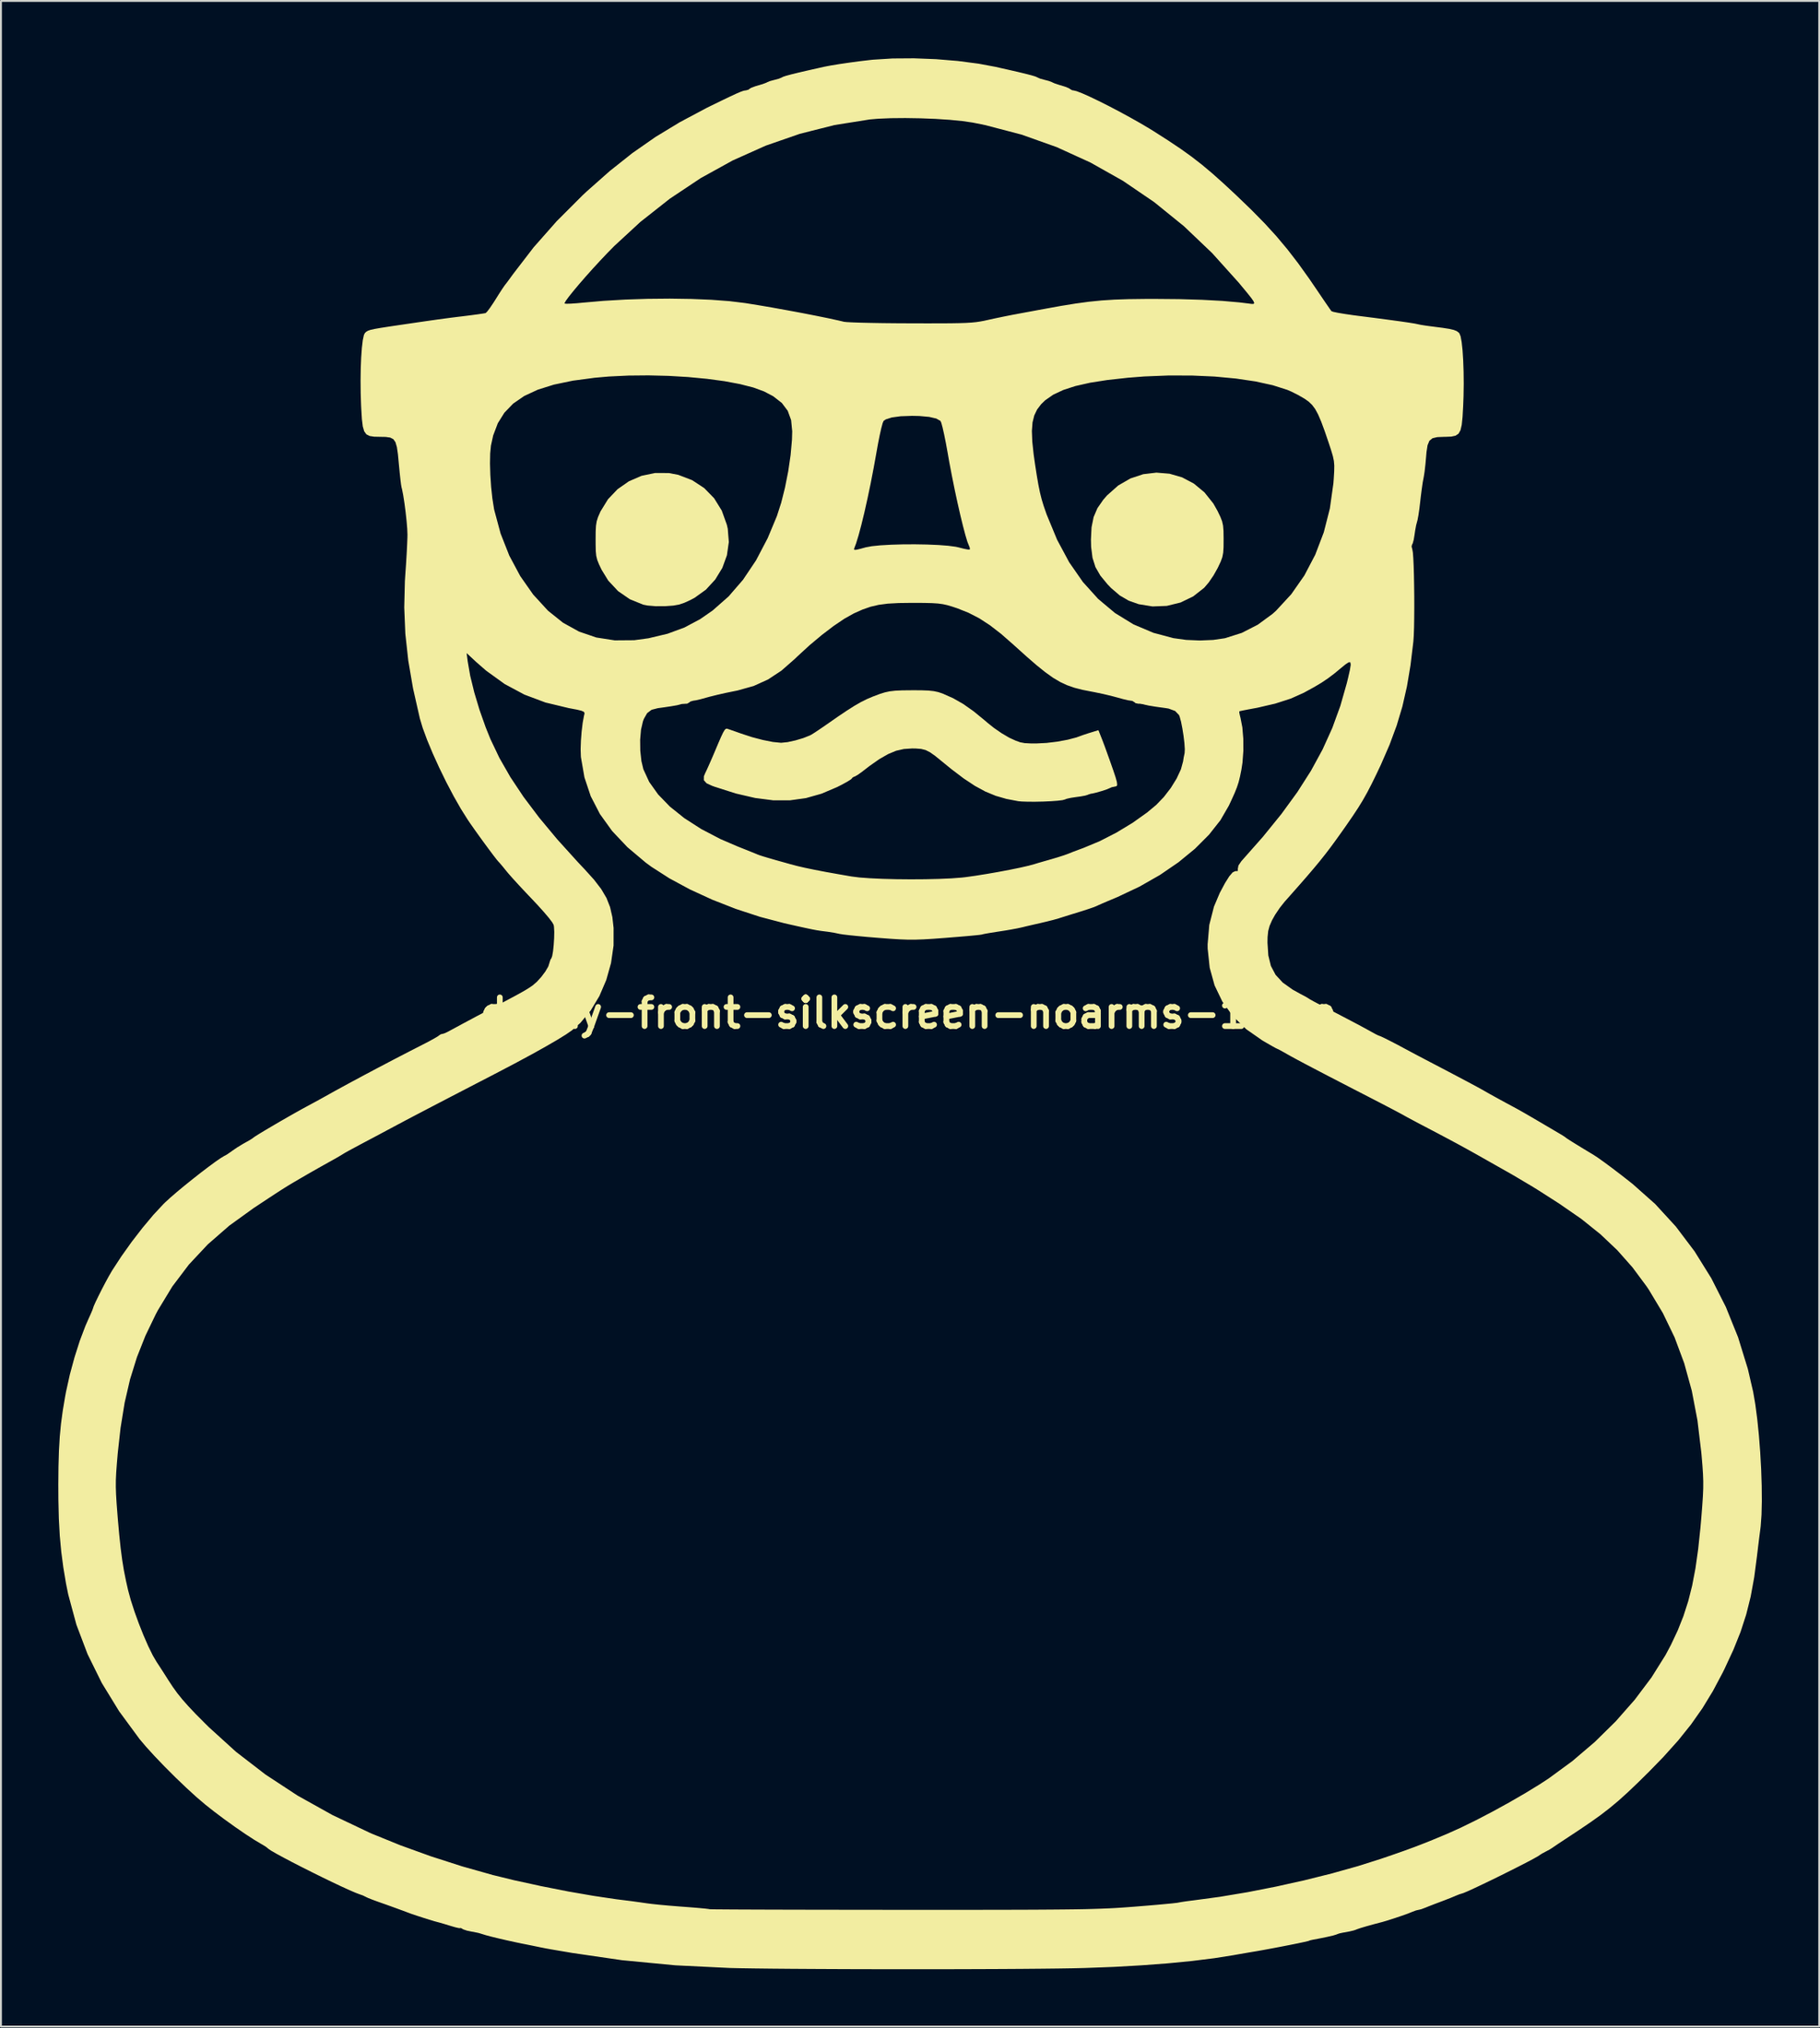
<source format=kicad_pcb>
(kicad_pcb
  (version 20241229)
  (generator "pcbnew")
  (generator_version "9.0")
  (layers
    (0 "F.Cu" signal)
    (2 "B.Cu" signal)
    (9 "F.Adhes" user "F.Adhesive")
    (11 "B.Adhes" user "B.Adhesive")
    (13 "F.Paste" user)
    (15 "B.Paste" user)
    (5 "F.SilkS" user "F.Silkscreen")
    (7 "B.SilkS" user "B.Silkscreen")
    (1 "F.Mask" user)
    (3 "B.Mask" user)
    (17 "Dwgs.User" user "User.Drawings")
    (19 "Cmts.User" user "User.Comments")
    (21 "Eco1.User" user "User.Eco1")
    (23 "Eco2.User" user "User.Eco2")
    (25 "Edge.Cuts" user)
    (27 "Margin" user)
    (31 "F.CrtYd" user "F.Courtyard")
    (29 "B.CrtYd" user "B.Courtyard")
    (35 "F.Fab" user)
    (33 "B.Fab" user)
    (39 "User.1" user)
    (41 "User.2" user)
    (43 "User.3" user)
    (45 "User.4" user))
  (footprint "ducky-front-silkscreen-noarms-10cm"
    (layer "F.Cu")
    (at 44.487 49.939)
    (property "Reference" "ducky-front-silkscreen-noarms-10cm" (at 0 0 0) (layer "F.SilkS") (effects (font (size 1.5 1.5) (thickness 0.3))))
    (attr board_only exclude_from_pos_files exclude_from_bom)
    (fp_poly (pts (xy -12.559 -28.248) (xy -12.062 -28.154) (xy -11.333 -27.874) (xy -10.703 -27.461) (xy -10.183 -26.928) (xy -9.784 -26.284) (xy -9.517 -25.542) (xy -9.47 -25.336) (xy -9.414 -24.639) (xy -9.513 -23.948) (xy -9.754 -23.285) (xy -10.125 -22.677) (xy -10.613 -22.147) (xy -11.206 -21.721) (xy -11.389 -21.623) (xy -11.732 -21.464) (xy -12.016 -21.367) (xy -12.315 -21.314) (xy -12.701 -21.286) (xy -12.758 -21.284) (xy -13.24 -21.282) (xy -13.657 -21.316) (xy -13.891 -21.362) (xy -14.592 -21.646) (xy -15.208 -22.071) (xy -15.721 -22.621) (xy -16.066 -23.183) (xy -16.205 -23.473) (xy -16.296 -23.7) (xy -16.349 -23.915) (xy -16.375 -24.17) (xy -16.382 -24.516) (xy -16.383 -24.761) (xy -16.38 -25.185) (xy -16.363 -25.49) (xy -16.325 -25.726) (xy -16.257 -25.941) (xy -16.15 -26.186) (xy -16.122 -26.247) (xy -15.734 -26.877) (xy -15.232 -27.404) (xy -14.64 -27.816) (xy -13.981 -28.101) (xy -13.279 -28.249)) (stroke (width 0) (type solid)) (fill yes) (layer "F.SilkS"))
    (fp_poly (pts (xy 13.637 -28.212) (xy 14.297 -28.02) (xy 14.912 -27.694) (xy 15.463 -27.238) (xy 15.929 -26.654) (xy 16.148 -26.267) (xy 16.294 -25.963) (xy 16.387 -25.724) (xy 16.438 -25.496) (xy 16.461 -25.221) (xy 16.467 -24.843) (xy 16.467 -24.767) (xy 16.464 -24.367) (xy 16.445 -24.08) (xy 16.4 -23.849) (xy 16.316 -23.617) (xy 16.181 -23.329) (xy 16.149 -23.265) (xy 15.936 -22.887) (xy 15.687 -22.523) (xy 15.451 -22.246) (xy 15.451 -22.246) (xy 14.875 -21.794) (xy 14.214 -21.475) (xy 13.497 -21.298) (xy 12.75 -21.269) (xy 12.025 -21.387) (xy 11.499 -21.573) (xy 11.035 -21.844) (xy 10.584 -22.23) (xy 10.392 -22.43) (xy 10.018 -22.884) (xy 9.762 -23.33) (xy 9.608 -23.815) (xy 9.537 -24.385) (xy 9.527 -24.765) (xy 9.559 -25.411) (xy 9.667 -25.944) (xy 9.867 -26.41) (xy 10.175 -26.854) (xy 10.372 -27.079) (xy 10.953 -27.595) (xy 11.59 -27.963) (xy 12.263 -28.187) (xy 12.952 -28.269)) (stroke (width 0) (type solid)) (fill yes) (layer "F.SilkS"))
    (fp_poly (pts (xy 0.664 -16.884) (xy 1.03 -16.87) (xy 1.308 -16.84) (xy 1.538 -16.79) (xy 1.76 -16.716) (xy 1.783 -16.707) (xy 2.321 -16.468) (xy 2.843 -16.17) (xy 3.386 -15.788) (xy 3.986 -15.297) (xy 4.106 -15.193) (xy 4.458 -14.912) (xy 4.856 -14.638) (xy 5.224 -14.421) (xy 5.292 -14.386) (xy 5.588 -14.25) (xy 5.826 -14.165) (xy 6.066 -14.121) (xy 6.368 -14.105) (xy 6.689 -14.104) (xy 7.21 -14.131) (xy 7.769 -14.198) (xy 8.306 -14.297) (xy 8.762 -14.417) (xy 8.932 -14.478) (xy 9.113 -14.544) (xy 9.376 -14.631) (xy 9.51 -14.672) (xy 9.918 -14.798) (xy 10.007 -14.574) (xy 10.096 -14.351) (xy 10.174 -14.148) (xy 10.258 -13.924) (xy 10.363 -13.633) (xy 10.507 -13.232) (xy 10.53 -13.166) (xy 10.702 -12.677) (xy 10.818 -12.326) (xy 10.883 -12.089) (xy 10.9 -11.946) (xy 10.876 -11.875) (xy 10.813 -11.854) (xy 10.803 -11.853) (xy 10.613 -11.813) (xy 10.519 -11.771) (xy 10.35 -11.7) (xy 10.09 -11.614) (xy 9.811 -11.534) (xy 9.586 -11.482) (xy 9.525 -11.474) (xy 9.376 -11.427) (xy 9.356 -11.415) (xy 9.231 -11.377) (xy 8.995 -11.333) (xy 8.763 -11.301) (xy 8.478 -11.258) (xy 8.259 -11.209) (xy 8.17 -11.174) (xy 8.044 -11.139) (xy 7.787 -11.108) (xy 7.439 -11.083) (xy 7.037 -11.064) (xy 6.622 -11.055) (xy 6.231 -11.056) (xy 5.904 -11.067) (xy 5.715 -11.086) (xy 5.109 -11.201) (xy 4.549 -11.363) (xy 4.009 -11.585) (xy 3.461 -11.882) (xy 2.876 -12.269) (xy 2.228 -12.76) (xy 1.736 -13.161) (xy 1.382 -13.449) (xy 1.111 -13.641) (xy 0.879 -13.758) (xy 0.643 -13.818) (xy 0.36 -13.84) (xy 0.169 -13.842) (xy -0.254 -13.814) (xy -0.662 -13.721) (xy -1.081 -13.548) (xy -1.54 -13.285) (xy -2.066 -12.916) (xy -2.452 -12.618) (xy -2.66 -12.468) (xy -2.822 -12.375) (xy -2.87 -12.361) (xy -2.959 -12.307) (xy -2.963 -12.285) (xy -3.035 -12.218) (xy -3.227 -12.098) (xy -3.509 -11.944) (xy -3.747 -11.823) (xy -4.567 -11.475) (xy -5.386 -11.243) (xy -6.223 -11.128) (xy -7.099 -11.13) (xy -8.034 -11.25) (xy -9.049 -11.486) (xy -10.162 -11.841) (xy -10.286 -11.885) (xy -10.581 -12.022) (xy -10.721 -12.181) (xy -10.719 -12.384) (xy -10.65 -12.551) (xy -10.556 -12.748) (xy -10.419 -13.052) (xy -10.262 -13.414) (xy -10.169 -13.631) (xy -9.969 -14.105) (xy -9.821 -14.444) (xy -9.715 -14.669) (xy -9.637 -14.802) (xy -9.577 -14.865) (xy -9.523 -14.877) (xy -9.483 -14.868) (xy -9.344 -14.822) (xy -9.097 -14.736) (xy -8.792 -14.628) (xy -8.763 -14.617) (xy -8.191 -14.431) (xy -7.627 -14.283) (xy -7.117 -14.182) (xy -6.709 -14.141) (xy -6.662 -14.14) (xy -6.335 -14.174) (xy -5.928 -14.263) (xy -5.517 -14.386) (xy -5.173 -14.523) (xy -5.085 -14.57) (xy -4.919 -14.674) (xy -4.664 -14.844) (xy -4.366 -15.048) (xy -4.28 -15.108) (xy -3.704 -15.509) (xy -3.236 -15.824) (xy -2.848 -16.07) (xy -2.513 -16.263) (xy -2.201 -16.419) (xy -1.887 -16.553) (xy -1.541 -16.683) (xy -1.518 -16.691) (xy -1.259 -16.773) (xy -1.006 -16.829) (xy -0.715 -16.863) (xy -0.342 -16.881) (xy 0.156 -16.886) (xy 0.169 -16.887)) (stroke (width 0) (type solid)) (fill yes) (layer "F.SilkS"))
    (fp_poly (pts (xy 1.425 -49.894) (xy 2.57 -49.799) (xy 3.651 -49.658) (xy 4.53 -49.493) (xy 5.211 -49.34) (xy 5.744 -49.217) (xy 6.143 -49.121) (xy 6.427 -49.047) (xy 6.611 -48.991) (xy 6.712 -48.949) (xy 6.731 -48.937) (xy 6.866 -48.877) (xy 7.085 -48.816) (xy 7.112 -48.81) (xy 7.334 -48.752) (xy 7.484 -48.693) (xy 7.493 -48.687) (xy 7.62 -48.63) (xy 7.847 -48.554) (xy 7.982 -48.516) (xy 8.226 -48.438) (xy 8.393 -48.364) (xy 8.432 -48.333) (xy 8.546 -48.268) (xy 8.611 -48.26) (xy 8.782 -48.219) (xy 9.076 -48.105) (xy 9.469 -47.93) (xy 9.937 -47.706) (xy 10.458 -47.444) (xy 11.007 -47.156) (xy 11.561 -46.855) (xy 12.097 -46.553) (xy 12.59 -46.261) (xy 12.799 -46.132) (xy 13.558 -45.647) (xy 14.209 -45.212) (xy 14.79 -44.796) (xy 15.337 -44.371) (xy 15.888 -43.908) (xy 16.481 -43.378) (xy 17.13 -42.774) (xy 17.925 -42.008) (xy 18.615 -41.306) (xy 19.231 -40.631) (xy 19.805 -39.946) (xy 20.369 -39.215) (xy 20.952 -38.4) (xy 21.388 -37.761) (xy 21.631 -37.402) (xy 21.843 -37.091) (xy 22.005 -36.856) (xy 22.097 -36.727) (xy 22.107 -36.713) (xy 22.209 -36.677) (xy 22.449 -36.627) (xy 22.796 -36.569) (xy 23.219 -36.507) (xy 23.468 -36.474) (xy 24.382 -36.357) (xy 25.134 -36.258) (xy 25.729 -36.177) (xy 26.172 -36.112) (xy 26.471 -36.063) (xy 26.628 -36.03) (xy 26.793 -35.996) (xy 27.069 -35.953) (xy 27.4 -35.909) (xy 27.432 -35.905) (xy 27.92 -35.842) (xy 28.269 -35.787) (xy 28.508 -35.731) (xy 28.665 -35.668) (xy 28.77 -35.589) (xy 28.797 -35.559) (xy 28.863 -35.397) (xy 28.919 -35.09) (xy 28.965 -34.664) (xy 28.999 -34.144) (xy 29.02 -33.554) (xy 29.027 -32.919) (xy 29.017 -32.265) (xy 28.997 -31.738) (xy 28.965 -31.181) (xy 28.923 -30.772) (xy 28.857 -30.487) (xy 28.753 -30.303) (xy 28.597 -30.2) (xy 28.376 -30.153) (xy 28.075 -30.141) (xy 28.01 -30.141) (xy 27.645 -30.127) (xy 27.394 -30.068) (xy 27.232 -29.935) (xy 27.135 -29.703) (xy 27.079 -29.344) (xy 27.056 -29.07) (xy 27.021 -28.683) (xy 26.979 -28.316) (xy 26.935 -28.037) (xy 26.924 -27.982) (xy 26.881 -27.751) (xy 26.831 -27.407) (xy 26.779 -27.006) (xy 26.752 -26.765) (xy 26.706 -26.378) (xy 26.657 -26.038) (xy 26.611 -25.792) (xy 26.587 -25.702) (xy 26.537 -25.515) (xy 26.485 -25.234) (xy 26.456 -25.034) (xy 26.412 -24.764) (xy 26.36 -24.571) (xy 26.325 -24.507) (xy 26.3 -24.406) (xy 26.342 -24.233) (xy 26.367 -24.084) (xy 26.389 -23.795) (xy 26.407 -23.392) (xy 26.422 -22.903) (xy 26.432 -22.358) (xy 26.439 -21.783) (xy 26.44 -21.206) (xy 26.436 -20.656) (xy 26.428 -20.161) (xy 26.413 -19.748) (xy 26.393 -19.446) (xy 26.392 -19.431) (xy 26.242 -18.19) (xy 26.054 -17.073) (xy 25.818 -16.037) (xy 25.519 -15.04) (xy 25.148 -14.037) (xy 24.691 -12.986) (xy 24.455 -12.488) (xy 24.203 -11.974) (xy 23.976 -11.537) (xy 23.751 -11.137) (xy 23.506 -10.738) (xy 23.218 -10.302) (xy 22.865 -9.79) (xy 22.618 -9.44) (xy 22.319 -9.023) (xy 22.044 -8.648) (xy 21.772 -8.293) (xy 21.486 -7.934) (xy 21.166 -7.549) (xy 20.794 -7.114) (xy 20.35 -6.606) (xy 19.816 -6.002) (xy 19.665 -5.833) (xy 19.409 -5.511) (xy 19.162 -5.145) (xy 19.002 -4.86) (xy 18.871 -4.56) (xy 18.798 -4.29) (xy 18.766 -3.978) (xy 18.761 -3.683) (xy 18.804 -3.018) (xy 18.94 -2.465) (xy 19.187 -1.999) (xy 19.561 -1.595) (xy 20.077 -1.228) (xy 20.489 -1) (xy 20.716 -0.881) (xy 20.874 -0.79) (xy 20.913 -0.763) (xy 21.002 -0.708) (xy 21.207 -0.595) (xy 21.496 -0.443) (xy 21.717 -0.329) (xy 22.305 -0.026) (xy 22.874 0.271) (xy 23.393 0.544) (xy 23.832 0.779) (xy 24.16 0.959) (xy 24.236 1.002) (xy 24.44 1.113) (xy 24.575 1.177) (xy 24.597 1.183) (xy 24.696 1.221) (xy 24.914 1.324) (xy 25.219 1.478) (xy 25.581 1.666) (xy 25.969 1.874) (xy 25.983 1.881) (xy 26.264 2.032) (xy 26.637 2.23) (xy 27.047 2.446) (xy 27.305 2.581) (xy 28.059 2.975) (xy 28.716 3.321) (xy 29.265 3.612) (xy 29.694 3.842) (xy 29.991 4.005) (xy 30.099 4.067) (xy 30.36 4.216) (xy 30.747 4.43) (xy 31.236 4.697) (xy 31.75 4.974) (xy 31.894 5.053) (xy 32.07 5.152) (xy 32.295 5.281) (xy 32.589 5.452) (xy 32.97 5.675) (xy 33.457 5.961) (xy 34.068 6.321) (xy 34.163 6.377) (xy 34.314 6.474) (xy 34.375 6.522) (xy 34.462 6.583) (xy 34.667 6.714) (xy 34.959 6.895) (xy 35.311 7.11) (xy 35.694 7.341) (xy 35.806 7.408) (xy 36.038 7.56) (xy 36.372 7.798) (xy 36.78 8.1) (xy 37.232 8.444) (xy 37.7 8.81) (xy 37.871 8.946) (xy 39.042 9.987) (xy 40.121 11.163) (xy 41.101 12.461) (xy 41.976 13.867) (xy 42.736 15.368) (xy 43.376 16.953) (xy 43.887 18.608) (xy 44.166 19.812) (xy 44.28 20.474) (xy 44.381 21.242) (xy 44.466 22.084) (xy 44.534 22.967) (xy 44.584 23.857) (xy 44.613 24.721) (xy 44.62 25.527) (xy 44.603 26.241) (xy 44.56 26.83) (xy 44.544 26.966) (xy 44.487 27.403) (xy 44.426 27.901) (xy 44.372 28.355) (xy 44.371 28.363) (xy 44.222 29.501) (xy 44.037 30.517) (xy 43.802 31.458) (xy 43.505 32.372) (xy 43.131 33.305) (xy 42.666 34.305) (xy 42.569 34.502) (xy 42.058 35.464) (xy 41.516 36.353) (xy 40.92 37.202) (xy 40.246 38.043) (xy 39.468 38.909) (xy 38.731 39.666) (xy 38.125 40.264) (xy 37.6 40.764) (xy 37.124 41.193) (xy 36.663 41.578) (xy 36.185 41.947) (xy 35.656 42.325) (xy 35.043 42.74) (xy 34.629 43.014) (xy 34.283 43.242) (xy 33.985 43.439) (xy 33.767 43.586) (xy 33.658 43.662) (xy 33.655 43.664) (xy 33.524 43.746) (xy 33.324 43.853) (xy 33.316 43.857) (xy 33.131 43.956) (xy 33.023 44.024) (xy 33.02 44.027) (xy 32.907 44.102) (xy 32.668 44.236) (xy 32.329 44.416) (xy 31.915 44.629) (xy 31.45 44.864) (xy 30.961 45.108) (xy 30.471 45.348) (xy 30.007 45.571) (xy 29.593 45.767) (xy 29.255 45.922) (xy 29.017 46.023) (xy 28.905 46.059) (xy 28.801 46.09) (xy 28.612 46.166) (xy 28.588 46.177) (xy 28.361 46.271) (xy 28.053 46.392) (xy 27.813 46.483) (xy 27.492 46.604) (xy 27.192 46.721) (xy 27.027 46.788) (xy 26.816 46.867) (xy 26.669 46.905) (xy 26.659 46.905) (xy 26.525 46.937) (xy 26.32 47.014) (xy 26.302 47.022) (xy 26.084 47.108) (xy 25.764 47.222) (xy 25.401 47.344) (xy 25.054 47.455) (xy 24.783 47.535) (xy 24.746 47.545) (xy 24.333 47.654) (xy 23.956 47.758) (xy 23.652 47.848) (xy 23.457 47.914) (xy 23.41 47.934) (xy 23.28 47.98) (xy 23.052 48.034) (xy 22.945 48.055) (xy 22.693 48.1) (xy 22.55 48.13) (xy 22.456 48.159) (xy 22.352 48.2) (xy 22.352 48.2) (xy 22.188 48.249) (xy 21.89 48.317) (xy 21.491 48.399) (xy 21.124 48.469) (xy 20.987 48.5) (xy 20.955 48.515) (xy 20.877 48.54) (xy 20.662 48.59) (xy 20.339 48.658) (xy 19.94 48.738) (xy 19.493 48.826) (xy 19.029 48.914) (xy 18.576 48.998) (xy 18.166 49.071) (xy 17.992 49.1) (xy 17.599 49.167) (xy 17.172 49.241) (xy 16.976 49.276) (xy 15.97 49.435) (xy 14.819 49.578) (xy 13.547 49.703) (xy 12.177 49.806) (xy 10.734 49.888) (xy 9.24 49.944) (xy 9.144 49.947) (xy 8.546 49.961) (xy 7.797 49.973) (xy 6.916 49.983) (xy 5.921 49.992) (xy 4.832 49.999) (xy 3.667 50.004) (xy 2.445 50.008) (xy 1.184 50.01) (xy -0.097 50.01) (xy -1.38 50.009) (xy -2.645 50.007) (xy -3.874 50.002) (xy -5.048 49.996) (xy -6.149 49.989) (xy -7.158 49.98) (xy -8.057 49.969) (xy -8.826 49.957) (xy -9.356 49.945) (xy -12.213 49.806) (xy -15.008 49.537) (xy -17.611 49.158) (xy -17.991 49.093) (xy -18.351 49.032) (xy -18.625 48.985) (xy -18.669 48.978) (xy -18.979 48.922) (xy -19.319 48.855) (xy -19.389 48.84) (xy -19.718 48.772) (xy -20.083 48.698) (xy -20.193 48.677) (xy -20.59 48.595) (xy -21.021 48.5) (xy -21.447 48.401) (xy -21.829 48.308) (xy -22.127 48.229) (xy -22.302 48.175) (xy -22.31 48.172) (xy -22.498 48.115) (xy -22.765 48.059) (xy -22.86 48.044) (xy -23.115 47.991) (xy -23.306 47.926) (xy -23.347 47.901) (xy -23.438 47.85) (xy -23.453 47.861) (xy -23.526 47.861) (xy -23.718 47.817) (xy -23.982 47.74) (xy -24.28 47.649) (xy -24.53 47.576) (xy -24.661 47.541) (xy -24.825 47.496) (xy -25.095 47.414) (xy -25.417 47.313) (xy -25.737 47.209) (xy -26.001 47.12) (xy -26.12 47.077) (xy -26.462 46.949) (xy -26.899 46.789) (xy -27.368 46.62) (xy -27.771 46.478) (xy -28.06 46.372) (xy -28.289 46.281) (xy -28.406 46.225) (xy -28.548 46.155) (xy -28.702 46.1) (xy -28.921 46.018) (xy -29.251 45.877) (xy -29.667 45.687) (xy -30.148 45.46) (xy -30.669 45.207) (xy -31.207 44.941) (xy -31.74 44.673) (xy -32.244 44.415) (xy -32.695 44.177) (xy -33.072 43.972) (xy -33.35 43.812) (xy -33.506 43.707) (xy -33.528 43.685) (xy -33.624 43.609) (xy -33.809 43.494) (xy -33.867 43.462) (xy -34.246 43.236) (xy -34.719 42.928) (xy -35.249 42.563) (xy -35.801 42.166) (xy -36.338 41.763) (xy -36.795 41.402) (xy -37.264 41.002) (xy -37.795 40.517) (xy -38.357 39.979) (xy -38.917 39.42) (xy -39.442 38.873) (xy -39.899 38.371) (xy -40.236 37.973) (xy -41.307 36.516) (xy -42.213 35.037) (xy -42.957 33.53) (xy -43.541 31.988) (xy -43.969 30.404) (xy -44.082 29.845) (xy -44.225 28.995) (xy -44.333 28.172) (xy -44.41 27.335) (xy -44.459 26.443) (xy -44.483 25.454) (xy -44.486 24.791) (xy -41.479 24.791) (xy -41.466 25.181) (xy -41.438 25.637) (xy -41.394 26.202) (xy -41.375 26.444) (xy -41.301 27.276) (xy -41.227 27.979) (xy -41.147 28.591) (xy -41.055 29.154) (xy -40.945 29.705) (xy -40.837 30.184) (xy -40.693 30.713) (xy -40.5 31.309) (xy -40.273 31.934) (xy -40.029 32.549) (xy -39.782 33.114) (xy -39.547 33.592) (xy -39.35 33.93) (xy -39.203 34.153) (xy -39.004 34.461) (xy -38.789 34.798) (xy -38.736 34.883) (xy -38.5 35.242) (xy -38.262 35.572) (xy -37.998 35.9) (xy -37.686 36.253) (xy -37.303 36.657) (xy -36.826 37.137) (xy -36.607 37.354) (xy -35.194 38.637) (xy -33.65 39.827) (xy -31.972 40.928) (xy -30.153 41.943) (xy -28.191 42.875) (xy -28.067 42.929) (xy -26.587 43.53) (xy -25.001 44.103) (xy -23.369 44.628) (xy -21.754 45.084) (xy -20.659 45.352) (xy -19.225 45.665) (xy -17.83 45.94) (xy -16.51 46.17) (xy -15.299 46.35) (xy -14.901 46.4) (xy -14.486 46.452) (xy -14.043 46.513) (xy -13.716 46.56) (xy -13.434 46.596) (xy -13.03 46.639) (xy -12.548 46.683) (xy -12.034 46.725) (xy -11.811 46.742) (xy -11.351 46.777) (xy -10.954 46.81) (xy -10.649 46.839) (xy -10.465 46.861) (xy -10.424 46.87) (xy -10.337 46.874) (xy -10.091 46.878) (xy -9.696 46.881) (xy -9.164 46.885) (xy -8.504 46.888) (xy -7.727 46.891) (xy -6.843 46.894) (xy -5.863 46.896) (xy -4.798 46.899) (xy -3.657 46.9) (xy -2.451 46.902) (xy -1.191 46.903) (xy -0.348 46.903) (xy 1.187 46.904) (xy 2.564 46.903) (xy 3.794 46.903) (xy 4.887 46.901) (xy 5.856 46.899) (xy 6.71 46.895) (xy 7.462 46.89) (xy 8.121 46.884) (xy 8.7 46.877) (xy 9.209 46.868) (xy 9.659 46.856) (xy 10.061 46.843) (xy 10.427 46.828) (xy 10.767 46.811) (xy 11.092 46.791) (xy 11.415 46.768) (xy 11.744 46.743) (xy 11.811 46.738) (xy 12.4 46.69) (xy 12.94 46.644) (xy 13.405 46.601) (xy 13.771 46.566) (xy 14.012 46.539) (xy 14.097 46.525) (xy 14.259 46.495) (xy 14.536 46.454) (xy 14.873 46.411) (xy 14.944 46.402) (xy 16.29 46.22) (xy 17.726 45.979) (xy 19.208 45.688) (xy 20.694 45.358) (xy 22.139 44.997) (xy 23.5 44.615) (xy 24.68 44.241) (xy 25.364 44.007) (xy 25.933 43.807) (xy 26.434 43.624) (xy 26.914 43.439) (xy 27.42 43.236) (xy 27.997 42.996) (xy 28.152 42.931) (xy 28.861 42.612) (xy 29.666 42.218) (xy 30.524 41.771) (xy 31.392 41.294) (xy 32.23 40.81) (xy 32.993 40.343) (xy 33.471 40.031) (xy 34.707 39.125) (xy 35.882 38.123) (xy 36.976 37.046) (xy 37.971 35.915) (xy 38.845 34.753) (xy 39.58 33.58) (xy 39.865 33.045) (xy 40.219 32.293) (xy 40.517 31.543) (xy 40.767 30.77) (xy 40.975 29.946) (xy 41.147 29.044) (xy 41.29 28.039) (xy 41.41 26.903) (xy 41.455 26.383) (xy 41.503 25.769) (xy 41.536 25.279) (xy 41.554 24.87) (xy 41.556 24.495) (xy 41.542 24.112) (xy 41.513 23.675) (xy 41.468 23.14) (xy 41.454 22.985) (xy 41.253 21.308) (xy 40.957 19.758) (xy 40.56 18.316) (xy 40.058 16.966) (xy 39.443 15.691) (xy 38.711 14.472) (xy 38.586 14.286) (xy 37.857 13.304) (xy 37.061 12.404) (xy 36.174 11.564) (xy 35.169 10.759) (xy 34.023 9.967) (xy 33.909 9.894) (xy 33.595 9.692) (xy 33.303 9.506) (xy 33.089 9.368) (xy 33.062 9.351) (xy 32.847 9.215) (xy 32.672 9.107) (xy 32.666 9.103) (xy 32.274 8.869) (xy 31.91 8.653) (xy 31.609 8.475) (xy 31.406 8.358) (xy 31.369 8.337) (xy 31.234 8.262) (xy 30.985 8.121) (xy 30.656 7.935) (xy 30.282 7.723) (xy 30.226 7.691) (xy 29.665 7.374) (xy 29.166 7.096) (xy 28.683 6.832) (xy 28.17 6.557) (xy 27.583 6.246) (xy 27.136 6.012) (xy 26.736 5.802) (xy 26.369 5.607) (xy 26.072 5.448) (xy 25.883 5.343) (xy 25.866 5.333) (xy 25.708 5.247) (xy 25.431 5.099) (xy 25.062 4.906) (xy 24.634 4.683) (xy 24.257 4.488) (xy 23.292 3.991) (xy 22.466 3.564) (xy 21.77 3.203) (xy 21.19 2.9) (xy 20.718 2.652) (xy 20.34 2.451) (xy 20.047 2.292) (xy 19.828 2.17) (xy 19.786 2.146) (xy 19.533 2.003) (xy 19.344 1.901) (xy 19.26 1.863) (xy 19.177 1.822) (xy 18.981 1.714) (xy 18.705 1.555) (xy 18.487 1.427) (xy 17.652 0.844) (xy 16.956 0.166) (xy 16.402 -0.6) (xy 15.995 -1.448) (xy 15.738 -2.374) (xy 15.633 -3.37) (xy 15.631 -3.598) (xy 15.717 -4.613) (xy 15.963 -5.571) (xy 16.267 -6.288) (xy 16.539 -6.798) (xy 16.763 -7.154) (xy 16.942 -7.362) (xy 17.083 -7.428) (xy 17.107 -7.425) (xy 17.212 -7.434) (xy 17.21 -7.544) (xy 17.242 -7.719) (xy 17.396 -7.947) (xy 17.423 -7.977) (xy 18.527 -9.226) (xy 19.49 -10.414) (xy 20.324 -11.559) (xy 21.039 -12.679) (xy 21.645 -13.792) (xy 22.153 -14.915) (xy 22.572 -16.067) (xy 22.914 -17.266) (xy 22.981 -17.543) (xy 23.074 -17.958) (xy 23.115 -18.221) (xy 23.096 -18.347) (xy 23.007 -18.348) (xy 22.84 -18.238) (xy 22.627 -18.064) (xy 22.254 -17.756) (xy 21.924 -17.507) (xy 21.591 -17.283) (xy 21.207 -17.054) (xy 20.722 -16.788) (xy 20.659 -16.753) (xy 19.982 -16.45) (xy 19.167 -16.187) (xy 18.242 -15.973) (xy 18.119 -15.95) (xy 17.772 -15.885) (xy 17.494 -15.831) (xy 17.323 -15.794) (xy 17.287 -15.784) (xy 17.29 -15.698) (xy 17.332 -15.509) (xy 17.351 -15.438) (xy 17.447 -14.946) (xy 17.496 -14.352) (xy 17.499 -13.716) (xy 17.454 -13.099) (xy 17.399 -12.739) (xy 17.326 -12.379) (xy 17.254 -12.087) (xy 17.166 -11.816) (xy 17.047 -11.517) (xy 16.879 -11.145) (xy 16.741 -10.85) (xy 16.3 -10.088) (xy 15.704 -9.332) (xy 14.968 -8.595) (xy 14.107 -7.889) (xy 13.137 -7.225) (xy 12.07 -6.616) (xy 10.923 -6.074) (xy 10.766 -6.007) (xy 10.412 -5.859) (xy 10.109 -5.729) (xy 9.895 -5.634) (xy 9.821 -5.599) (xy 9.688 -5.545) (xy 9.435 -5.457) (xy 9.108 -5.35) (xy 8.932 -5.295) (xy 8.551 -5.177) (xy 8.189 -5.064) (xy 7.907 -4.976) (xy 7.832 -4.952) (xy 7.576 -4.879) (xy 7.229 -4.791) (xy 6.865 -4.705) (xy 6.858 -4.704) (xy 6.503 -4.623) (xy 6.172 -4.546) (xy 5.935 -4.488) (xy 5.927 -4.486) (xy 5.688 -4.434) (xy 5.356 -4.372) (xy 5.038 -4.318) (xy 4.583 -4.247) (xy 4.265 -4.196) (xy 4.053 -4.16) (xy 3.915 -4.133) (xy 3.822 -4.111) (xy 3.81 -4.107) (xy 3.69 -4.09) (xy 3.429 -4.063) (xy 3.053 -4.028) (xy 2.59 -3.989) (xy 2.066 -3.946) (xy 1.92 -3.934) (xy 1.294 -3.887) (xy 0.788 -3.856) (xy 0.354 -3.841) (xy -0.056 -3.841) (xy -0.491 -3.857) (xy -0.998 -3.889) (xy -1.594 -3.935) (xy -2.141 -3.98) (xy -2.647 -4.027) (xy -3.083 -4.071) (xy -3.418 -4.11) (xy -3.62 -4.141) (xy -3.641 -4.146) (xy -3.902 -4.2) (xy -4.233 -4.253) (xy -4.403 -4.275) (xy -4.606 -4.301) (xy -4.815 -4.334) (xy -5.058 -4.38) (xy -5.366 -4.444) (xy -5.768 -4.532) (xy -6.295 -4.651) (xy -6.514 -4.701) (xy -7.783 -5.034) (xy -9.048 -5.449) (xy -10.28 -5.931) (xy -11.446 -6.467) (xy -12.516 -7.044) (xy -13.459 -7.649) (xy -13.758 -7.868) (xy -14.72 -8.679) (xy -15.518 -9.524) (xy -16.156 -10.411) (xy -16.638 -11.344) (xy -16.967 -12.329) (xy -17.148 -13.373) (xy -17.153 -13.431) (xy -17.165 -13.796) (xy -17.15 -14.253) (xy -17.147 -14.294) (xy -14.053 -14.294) (xy -14.046 -13.726) (xy -13.987 -13.183) (xy -13.885 -12.755) (xy -13.578 -12.089) (xy -13.111 -11.434) (xy -12.496 -10.8) (xy -11.741 -10.195) (xy -10.857 -9.627) (xy -9.854 -9.103) (xy -8.963 -8.719) (xy -8.59 -8.571) (xy -8.263 -8.44) (xy -8.021 -8.342) (xy -7.916 -8.298) (xy -7.805 -8.256) (xy -7.622 -8.197) (xy -7.346 -8.114) (xy -6.957 -8.002) (xy -6.433 -7.855) (xy -6.181 -7.784) (xy -5.825 -7.691) (xy -5.419 -7.597) (xy -4.939 -7.497) (xy -4.36 -7.386) (xy -3.658 -7.26) (xy -3.006 -7.147) (xy -2.586 -7.094) (xy -2.031 -7.053) (xy -1.375 -7.022) (xy -0.653 -7.003) (xy 0.103 -6.996) (xy 0.857 -7.001) (xy 1.576 -7.018) (xy 2.226 -7.047) (xy 2.772 -7.089) (xy 2.963 -7.11) (xy 3.492 -7.184) (xy 4.08 -7.278) (xy 4.687 -7.384) (xy 5.277 -7.495) (xy 5.813 -7.605) (xy 6.255 -7.706) (xy 6.561 -7.789) (xy 6.768 -7.852) (xy 7.075 -7.941) (xy 7.419 -8.039) (xy 7.451 -8.048) (xy 7.795 -8.15) (xy 8.108 -8.251) (xy 8.327 -8.329) (xy 8.34 -8.335) (xy 8.553 -8.42) (xy 8.856 -8.535) (xy 9.144 -8.641) (xy 9.988 -8.993) (xy 10.857 -9.438) (xy 11.7 -9.948) (xy 12.463 -10.49) (xy 12.939 -10.886) (xy 13.339 -11.301) (xy 13.705 -11.776) (xy 14.011 -12.271) (xy 14.233 -12.748) (xy 14.348 -13.167) (xy 14.353 -13.208) (xy 14.381 -13.379) (xy 14.427 -13.6) (xy 14.437 -13.801) (xy 14.417 -14.116) (xy 14.372 -14.495) (xy 14.31 -14.886) (xy 14.24 -15.24) (xy 14.168 -15.505) (xy 14.132 -15.592) (xy 13.931 -15.801) (xy 13.59 -15.927) (xy 13.45 -15.951) (xy 12.916 -16.025) (xy 12.542 -16.086) (xy 12.318 -16.136) (xy 12.277 -16.149) (xy 12.078 -16.183) (xy 12.009 -16.18) (xy 11.857 -16.212) (xy 11.814 -16.252) (xy 11.69 -16.329) (xy 11.616 -16.339) (xy 11.464 -16.362) (xy 11.208 -16.423) (xy 10.922 -16.502) (xy 10.578 -16.594) (xy 10.144 -16.696) (xy 9.699 -16.788) (xy 9.567 -16.813) (xy 9.087 -16.908) (xy 8.667 -17.015) (xy 8.285 -17.148) (xy 7.918 -17.318) (xy 7.544 -17.54) (xy 7.141 -17.828) (xy 6.687 -18.193) (xy 6.159 -18.651) (xy 5.534 -19.213) (xy 5.481 -19.262) (xy 4.83 -19.832) (xy 4.244 -20.286) (xy 3.687 -20.648) (xy 3.126 -20.937) (xy 2.526 -21.176) (xy 2.261 -21.264) (xy 2.016 -21.336) (xy 1.782 -21.388) (xy 1.525 -21.423) (xy 1.21 -21.444) (xy 0.8 -21.454) (xy 0.262 -21.457) (xy 0.169 -21.457) (xy -0.53 -21.448) (xy -1.099 -21.416) (xy -1.577 -21.353) (xy -2.004 -21.253) (xy -2.419 -21.108) (xy -2.86 -20.912) (xy -2.881 -20.902) (xy -3.369 -20.628) (xy -3.936 -20.245) (xy -4.553 -19.774) (xy -5.192 -19.239) (xy -5.823 -18.66) (xy -5.966 -18.522) (xy -6.661 -17.913) (xy -7.364 -17.449) (xy -8.115 -17.109) (xy -8.954 -16.874) (xy -9.122 -16.84) (xy -9.568 -16.748) (xy -10.021 -16.646) (xy -10.412 -16.549) (xy -10.583 -16.502) (xy -10.885 -16.418) (xy -11.137 -16.36) (xy -11.277 -16.339) (xy -11.431 -16.294) (xy -11.475 -16.252) (xy -11.596 -16.183) (xy -11.67 -16.18) (xy -11.874 -16.167) (xy -11.938 -16.149) (xy -12.115 -16.103) (xy -12.439 -16.047) (xy -12.918 -15.977) (xy -13.122 -15.95) (xy -13.454 -15.864) (xy -13.686 -15.689) (xy -13.857 -15.39) (xy -13.906 -15.261) (xy -14.007 -14.827) (xy -14.053 -14.294) (xy -17.147 -14.294) (xy -17.112 -14.739) (xy -17.057 -15.195) (xy -16.99 -15.557) (xy -16.972 -15.623) (xy -16.963 -15.703) (xy -17.007 -15.763) (xy -17.131 -15.816) (xy -17.363 -15.872) (xy -17.731 -15.942) (xy -17.793 -15.954) (xy -19.003 -16.244) (xy -20.11 -16.659) (xy -21.137 -17.21) (xy -22.107 -17.909) (xy -22.613 -18.35) (xy -23.129 -18.828) (xy -23.075 -18.41) (xy -22.941 -17.64) (xy -22.73 -16.775) (xy -22.456 -15.863) (xy -22.134 -14.951) (xy -21.885 -14.334) (xy -21.416 -13.349) (xy -20.841 -12.344) (xy -20.15 -11.306) (xy -19.336 -10.226) (xy -18.391 -9.091) (xy -17.306 -7.892) (xy -16.97 -7.536) (xy -16.468 -6.981) (xy -16.089 -6.488) (xy -15.813 -6.02) (xy -15.625 -5.543) (xy -15.506 -5.021) (xy -15.442 -4.451) (xy -15.443 -3.536) (xy -15.575 -2.619) (xy -15.826 -1.728) (xy -16.185 -0.89) (xy -16.641 -0.133) (xy -17.182 0.516) (xy -17.617 0.9) (xy -17.932 1.118) (xy -18.39 1.401) (xy -18.981 1.744) (xy -19.694 2.142) (xy -20.519 2.587) (xy -21.445 3.074) (xy -21.675 3.194) (xy -22.666 3.707) (xy -23.524 4.152) (xy -24.263 4.536) (xy -24.901 4.868) (xy -25.452 5.156) (xy -25.935 5.409) (xy -26.364 5.635) (xy -26.755 5.843) (xy -27.126 6.041) (xy -27.263 6.114) (xy -27.578 6.283) (xy -27.982 6.498) (xy -28.411 6.725) (xy -28.66 6.857) (xy -29.006 7.043) (xy -29.301 7.202) (xy -29.508 7.318) (xy -29.591 7.369) (xy -29.699 7.436) (xy -29.917 7.563) (xy -30.206 7.726) (xy -30.353 7.808) (xy -30.747 8.028) (xy -31.076 8.214) (xy -31.396 8.397) (xy -31.764 8.61) (xy -32.089 8.8) (xy -32.287 8.917) (xy -32.468 9.026) (xy -32.655 9.142) (xy -32.874 9.281) (xy -33.147 9.458) (xy -33.499 9.689) (xy -33.954 9.99) (xy -34.269 10.198) (xy -35.544 11.118) (xy -36.669 12.099) (xy -37.657 13.154) (xy -38.523 14.299) (xy -39.28 15.547) (xy -39.394 15.762) (xy -39.932 16.879) (xy -40.375 17.999) (xy -40.734 19.155) (xy -41.017 20.378) (xy -41.232 21.701) (xy -41.377 23.015) (xy -41.425 23.578) (xy -41.459 24.033) (xy -41.477 24.423) (xy -41.479 24.791) (xy -44.486 24.791) (xy -44.487 24.68) (xy -44.478 23.726) (xy -44.454 22.9) (xy -44.411 22.164) (xy -44.346 21.476) (xy -44.255 20.797) (xy -44.135 20.086) (xy -44.084 19.812) (xy -43.887 18.92) (xy -43.642 18.013) (xy -43.365 17.145) (xy -43.071 16.367) (xy -42.919 16.019) (xy -42.796 15.747) (xy -42.707 15.54) (xy -42.672 15.441) (xy -42.672 15.44) (xy -42.634 15.327) (xy -42.533 15.101) (xy -42.386 14.797) (xy -42.212 14.451) (xy -42.027 14.098) (xy -41.851 13.773) (xy -41.7 13.512) (xy -41.678 13.474) (xy -41.188 12.723) (xy -40.646 11.962) (xy -40.08 11.23) (xy -39.522 10.563) (xy -39.001 10.002) (xy -38.89 9.893) (xy -38.626 9.651) (xy -38.284 9.356) (xy -37.889 9.028) (xy -37.466 8.688) (xy -37.04 8.353) (xy -36.636 8.045) (xy -36.279 7.782) (xy -35.994 7.585) (xy -35.807 7.472) (xy -35.778 7.46) (xy -35.658 7.391) (xy -35.466 7.259) (xy -35.391 7.204) (xy -35.126 7.023) (xy -34.816 6.835) (xy -34.713 6.778) (xy -34.487 6.651) (xy -34.33 6.552) (xy -34.29 6.52) (xy -34.2 6.455) (xy -33.99 6.323) (xy -33.687 6.14) (xy -33.317 5.921) (xy -32.909 5.682) (xy -32.488 5.44) (xy -32.083 5.21) (xy -31.719 5.007) (xy -31.541 4.91) (xy -31.196 4.724) (xy -30.871 4.547) (xy -30.621 4.409) (xy -30.567 4.379) (xy -30.004 4.065) (xy -29.323 3.693) (xy -28.56 3.283) (xy -27.748 2.852) (xy -26.922 2.419) (xy -26.117 2.002) (xy -25.442 1.657) (xy -25.101 1.48) (xy -24.82 1.326) (xy -24.631 1.214) (xy -24.567 1.164) (xy -24.47 1.103) (xy -24.44 1.1) (xy -24.297 1.062) (xy -24.13 0.986) (xy -23.95 0.889) (xy -23.679 0.743) (xy -23.375 0.578) (xy -23.368 0.574) (xy -23.064 0.411) (xy -22.667 0.199) (xy -22.231 -0.032) (xy -21.886 -0.214) (xy -21.31 -0.518) (xy -20.862 -0.756) (xy -20.519 -0.94) (xy -20.26 -1.083) (xy -20.061 -1.197) (xy -19.901 -1.295) (xy -19.758 -1.39) (xy -19.688 -1.438) (xy -19.459 -1.633) (xy -19.222 -1.894) (xy -19.01 -2.177) (xy -18.858 -2.438) (xy -18.796 -2.631) (xy -18.796 -2.636) (xy -18.74 -2.806) (xy -18.702 -2.854) (xy -18.653 -2.982) (xy -18.609 -3.232) (xy -18.575 -3.558) (xy -18.553 -3.911) (xy -18.546 -4.244) (xy -18.56 -4.512) (xy -18.577 -4.614) (xy -18.654 -4.751) (xy -18.831 -4.984) (xy -19.09 -5.289) (xy -19.409 -5.644) (xy -19.68 -5.932) (xy -20.047 -6.318) (xy -20.397 -6.693) (xy -20.704 -7.029) (xy -20.939 -7.295) (xy -21.048 -7.426) (xy -21.235 -7.657) (xy -21.388 -7.838) (xy -21.461 -7.916) (xy -21.553 -8.024) (xy -21.721 -8.241) (xy -21.944 -8.538) (xy -22.2 -8.885) (xy -22.467 -9.252) (xy -22.724 -9.612) (xy -22.949 -9.933) (xy -23.062 -10.099) (xy -23.425 -10.675) (xy -23.807 -11.345) (xy -24.191 -12.075) (xy -24.561 -12.832) (xy -24.901 -13.581) (xy -25.196 -14.288) (xy -25.428 -14.919) (xy -25.575 -15.409) (xy -25.93 -16.973) (xy -26.182 -18.44) (xy -26.335 -19.843) (xy -26.392 -21.218) (xy -26.358 -22.598) (xy -26.334 -22.966) (xy -26.297 -23.499) (xy -26.266 -24.021) (xy -26.242 -24.49) (xy -26.227 -24.86) (xy -26.224 -25.019) (xy -26.236 -25.334) (xy -26.271 -25.748) (xy -26.321 -26.212) (xy -26.382 -26.676) (xy -26.447 -27.09) (xy -26.509 -27.404) (xy -26.532 -27.492) (xy -26.557 -27.632) (xy -26.591 -27.902) (xy -26.63 -28.265) (xy -26.67 -28.681) (xy -26.672 -28.702) (xy -26.676 -28.743) (xy -21.907 -28.743) (xy -21.889 -28.145) (xy -21.847 -27.521) (xy -21.782 -26.92) (xy -21.698 -26.388) (xy -21.68 -26.298) (xy -21.352 -25.082) (xy -20.897 -23.928) (xy -20.325 -22.858) (xy -19.648 -21.892) (xy -18.878 -21.053) (xy -18.863 -21.039) (xy -18.087 -20.418) (xy -17.247 -19.953) (xy -16.345 -19.645) (xy -15.383 -19.495) (xy -14.366 -19.503) (xy -13.62 -19.604) (xy -12.623 -19.84) (xy -11.737 -20.167) (xy -10.917 -20.603) (xy -10.258 -21.06) (xy -9.425 -21.794) (xy -8.671 -22.666) (xy -7.99 -23.681) (xy -7.68 -24.273) (xy -2.866 -24.273) (xy -2.845 -24.23) (xy -2.743 -24.234) (xy -2.531 -24.284) (xy -2.256 -24.36) (xy -1.936 -24.42) (xy -1.483 -24.466) (xy -0.931 -24.498) (xy -0.317 -24.516) (xy 0.324 -24.519) (xy 0.958 -24.508) (xy 1.548 -24.483) (xy 2.06 -24.443) (xy 2.458 -24.39) (xy 2.613 -24.355) (xy 2.892 -24.285) (xy 3.101 -24.245) (xy 3.191 -24.245) (xy 3.189 -24.342) (xy 3.149 -24.44) (xy 3.065 -24.652) (xy 2.958 -25.006) (xy 2.833 -25.48) (xy 2.694 -26.05) (xy 2.548 -26.691) (xy 2.4 -27.381) (xy 2.255 -28.096) (xy 2.119 -28.811) (xy 2.026 -29.337) (xy 1.936 -29.831) (xy 1.848 -30.27) (xy 1.807 -30.45) (xy 6.438 -30.45) (xy 6.458 -29.903) (xy 6.529 -29.231) (xy 6.6 -28.728) (xy 6.696 -28.112) (xy 6.78 -27.625) (xy 6.861 -27.225) (xy 6.949 -26.874) (xy 7.053 -26.532) (xy 7.182 -26.159) (xy 7.211 -26.077) (xy 7.758 -24.756) (xy 8.39 -23.579) (xy 9.106 -22.548) (xy 9.905 -21.663) (xy 10.787 -20.924) (xy 11.75 -20.333) (xy 12.795 -19.89) (xy 13.843 -19.611) (xy 14.507 -19.519) (xy 15.225 -19.488) (xy 15.926 -19.518) (xy 16.536 -19.607) (xy 17.415 -19.885) (xy 18.257 -20.316) (xy 19.03 -20.884) (xy 19.212 -21.048) (xy 20.006 -21.909) (xy 20.691 -22.89) (xy 21.26 -23.975) (xy 21.708 -25.15) (xy 22.026 -26.399) (xy 22.209 -27.707) (xy 22.228 -27.953) (xy 22.251 -28.342) (xy 22.256 -28.633) (xy 22.235 -28.88) (xy 22.181 -29.135) (xy 22.087 -29.452) (xy 21.967 -29.816) (xy 21.752 -30.447) (xy 21.57 -30.938) (xy 21.409 -31.313) (xy 21.255 -31.597) (xy 21.095 -31.811) (xy 20.918 -31.981) (xy 20.714 -32.126) (xy 20.377 -32.322) (xy 20.009 -32.507) (xy 19.8 -32.597) (xy 19.037 -32.84) (xy 18.133 -33.038) (xy 17.111 -33.19) (xy 15.995 -33.294) (xy 14.808 -33.347) (xy 13.571 -33.349) (xy 12.31 -33.298) (xy 11.462 -33.232) (xy 10.393 -33.114) (xy 9.479 -32.97) (xy 8.709 -32.796) (xy 8.07 -32.588) (xy 7.55 -32.342) (xy 7.137 -32.055) (xy 6.922 -31.847) (xy 6.712 -31.571) (xy 6.563 -31.261) (xy 6.472 -30.896) (xy 6.438 -30.45) (xy 1.807 -30.45) (xy 1.767 -30.627) (xy 1.7 -30.872) (xy 1.656 -30.973) (xy 1.438 -31.097) (xy 1.067 -31.183) (xy 0.553 -31.23) (xy 0.169 -31.238) (xy -0.428 -31.217) (xy -0.89 -31.154) (xy -1.204 -31.053) (xy -1.319 -30.973) (xy -1.368 -30.857) (xy -1.437 -30.602) (xy -1.519 -30.238) (xy -1.608 -29.793) (xy -1.689 -29.344) (xy -1.836 -28.524) (xy -1.994 -27.709) (xy -2.158 -26.925) (xy -2.322 -26.194) (xy -2.48 -25.541) (xy -2.627 -24.991) (xy -2.757 -24.567) (xy -2.834 -24.363) (xy -2.866 -24.273) (xy -7.68 -24.273) (xy -7.381 -24.842) (xy -6.901 -25.993) (xy -6.677 -26.684) (xy -6.476 -27.485) (xy -6.307 -28.339) (xy -6.182 -29.19) (xy -6.111 -29.98) (xy -6.098 -30.431) (xy -6.155 -31.014) (xy -6.333 -31.502) (xy -6.642 -31.913) (xy -7.095 -32.265) (xy -7.575 -32.517) (xy -8.13 -32.72) (xy -8.829 -32.899) (xy -9.646 -33.052) (xy -10.558 -33.175) (xy -11.54 -33.268) (xy -12.568 -33.329) (xy -13.618 -33.355) (xy -14.664 -33.345) (xy -15.683 -33.296) (xy -16.429 -33.231) (xy -17.573 -33.078) (xy -18.564 -32.871) (xy -19.408 -32.606) (xy -20.116 -32.277) (xy -20.694 -31.879) (xy -21.152 -31.405) (xy -21.498 -30.852) (xy -21.74 -30.212) (xy -21.858 -29.676) (xy -21.897 -29.269) (xy -21.907 -28.743) (xy -26.676 -28.743) (xy -26.722 -29.226) (xy -26.777 -29.604) (xy -26.852 -29.861) (xy -26.963 -30.019) (xy -27.127 -30.103) (xy -27.358 -30.136) (xy -27.639 -30.141) (xy -27.962 -30.148) (xy -28.201 -30.184) (xy -28.372 -30.271) (xy -28.487 -30.432) (xy -28.561 -30.688) (xy -28.607 -31.062) (xy -28.639 -31.576) (xy -28.649 -31.77) (xy -28.671 -32.431) (xy -28.677 -33.088) (xy -28.668 -33.716) (xy -28.645 -34.292) (xy -28.609 -34.791) (xy -28.562 -35.187) (xy -28.504 -35.458) (xy -28.456 -35.562) (xy -28.389 -35.63) (xy -28.3 -35.685) (xy -28.164 -35.733) (xy -27.954 -35.781) (xy -27.644 -35.836) (xy -27.208 -35.904) (xy -26.882 -35.953) (xy -26.146 -36.061) (xy -25.548 -36.149) (xy -25.058 -36.22) (xy -24.645 -36.278) (xy -24.28 -36.327) (xy -23.934 -36.373) (xy -23.576 -36.418) (xy -23.326 -36.448) (xy -22.907 -36.501) (xy -22.547 -36.549) (xy -22.28 -36.588) (xy -22.141 -36.612) (xy -22.133 -36.614) (xy -22.05 -36.696) (xy -21.906 -36.888) (xy -21.743 -37.13) (xy -18.009 -37.13) (xy -18.007 -37.113) (xy -17.907 -37.101) (xy -17.676 -37.107) (xy -17.35 -37.13) (xy -17.043 -37.159) (xy -15.964 -37.253) (xy -14.826 -37.32) (xy -13.661 -37.359) (xy -12.502 -37.37) (xy -11.381 -37.353) (xy -10.329 -37.309) (xy -9.38 -37.237) (xy -8.565 -37.138) (xy -8.551 -37.136) (xy -7.882 -37.028) (xy -7.144 -36.902) (xy -6.373 -36.763) (xy -5.605 -36.62) (xy -4.876 -36.478) (xy -4.219 -36.344) (xy -3.671 -36.225) (xy -3.387 -36.158) (xy -3.236 -36.142) (xy -2.937 -36.126) (xy -2.511 -36.111) (xy -1.977 -36.099) (xy -1.357 -36.088) (xy -0.672 -36.081) (xy 0.058 -36.077) (xy 0.107 -36.077) (xy 0.94 -36.075) (xy 1.625 -36.076) (xy 2.181 -36.079) (xy 2.628 -36.087) (xy 2.986 -36.099) (xy 3.277 -36.117) (xy 3.52 -36.141) (xy 3.735 -36.173) (xy 3.943 -36.212) (xy 4.086 -36.244) (xy 4.529 -36.34) (xy 5.003 -36.439) (xy 5.421 -36.522) (xy 5.503 -36.537) (xy 5.867 -36.605) (xy 6.326 -36.69) (xy 6.808 -36.78) (xy 7.07 -36.828) (xy 7.953 -36.987) (xy 8.719 -37.112) (xy 9.413 -37.206) (xy 10.077 -37.273) (xy 10.755 -37.317) (xy 11.492 -37.342) (xy 12.331 -37.353) (xy 12.827 -37.355) (xy 14.141 -37.343) (xy 15.331 -37.308) (xy 16.387 -37.251) (xy 17.294 -37.172) (xy 17.769 -37.114) (xy 17.929 -37.093) (xy 18.032 -37.094) (xy 18.069 -37.134) (xy 18.033 -37.231) (xy 17.916 -37.4) (xy 17.71 -37.659) (xy 17.407 -38.025) (xy 17.263 -38.199) (xy 15.868 -39.75) (xy 14.391 -41.157) (xy 12.836 -42.417) (xy 11.205 -43.528) (xy 9.502 -44.488) (xy 7.73 -45.296) (xy 5.891 -45.95) (xy 3.989 -46.447) (xy 3.348 -46.577) (xy 2.811 -46.656) (xy 2.147 -46.721) (xy 1.399 -46.77) (xy 0.608 -46.801) (xy -0.184 -46.814) (xy -0.935 -46.807) (xy -1.602 -46.779) (xy -2.037 -46.742) (xy -3.884 -46.448) (xy -5.699 -45.99) (xy -7.477 -45.373) (xy -9.207 -44.599) (xy -10.884 -43.673) (xy -12.497 -42.599) (xy -14.041 -41.381) (xy -15.409 -40.119) (xy -15.765 -39.756) (xy -16.143 -39.357) (xy -16.527 -38.94) (xy -16.899 -38.524) (xy -17.243 -38.128) (xy -17.542 -37.771) (xy -17.781 -37.473) (xy -17.942 -37.253) (xy -18.009 -37.13) (xy -21.743 -37.13) (xy -21.724 -37.158) (xy -21.628 -37.309) (xy -21.437 -37.614) (xy -21.271 -37.87) (xy -21.156 -38.038) (xy -21.128 -38.076) (xy -21.036 -38.194) (xy -20.88 -38.405) (xy -20.701 -38.651) (xy -19.621 -40.056) (xy -18.419 -41.418) (xy -17.074 -42.764) (xy -16.84 -42.983) (xy -15.639 -44.046) (xy -14.458 -44.983) (xy -13.255 -45.822) (xy -11.984 -46.594) (xy -10.603 -47.33) (xy -10.287 -47.486) (xy -9.743 -47.751) (xy -9.33 -47.949) (xy -9.026 -48.09) (xy -8.811 -48.182) (xy -8.665 -48.235) (xy -8.566 -48.257) (xy -8.522 -48.26) (xy -8.379 -48.301) (xy -8.347 -48.333) (xy -8.245 -48.396) (xy -8.035 -48.475) (xy -7.897 -48.516) (xy -7.644 -48.591) (xy -7.457 -48.661) (xy -7.408 -48.687) (xy -7.273 -48.745) (xy -7.055 -48.804) (xy -7.027 -48.81) (xy -6.805 -48.869) (xy -6.655 -48.931) (xy -6.646 -48.937) (xy -6.57 -48.975) (xy -6.416 -49.026) (xy -6.169 -49.093) (xy -5.811 -49.181) (xy -5.326 -49.294) (xy -4.698 -49.436) (xy -4.445 -49.493) (xy -4.099 -49.56) (xy -3.634 -49.637) (xy -3.102 -49.715) (xy -2.553 -49.788) (xy -2.038 -49.849) (xy -1.863 -49.867) (xy -0.844 -49.931) (xy 0.27 -49.939)) (stroke (width 0) (type solid)) (fill yes) (layer "F.SilkS")))
  (gr_rect
    (start -3 -3)
    (end 92.107 102.949)
    (stroke (width 0.1) (type default))
    (fill no)
    (layer "Edge.Cuts")))
</source>
